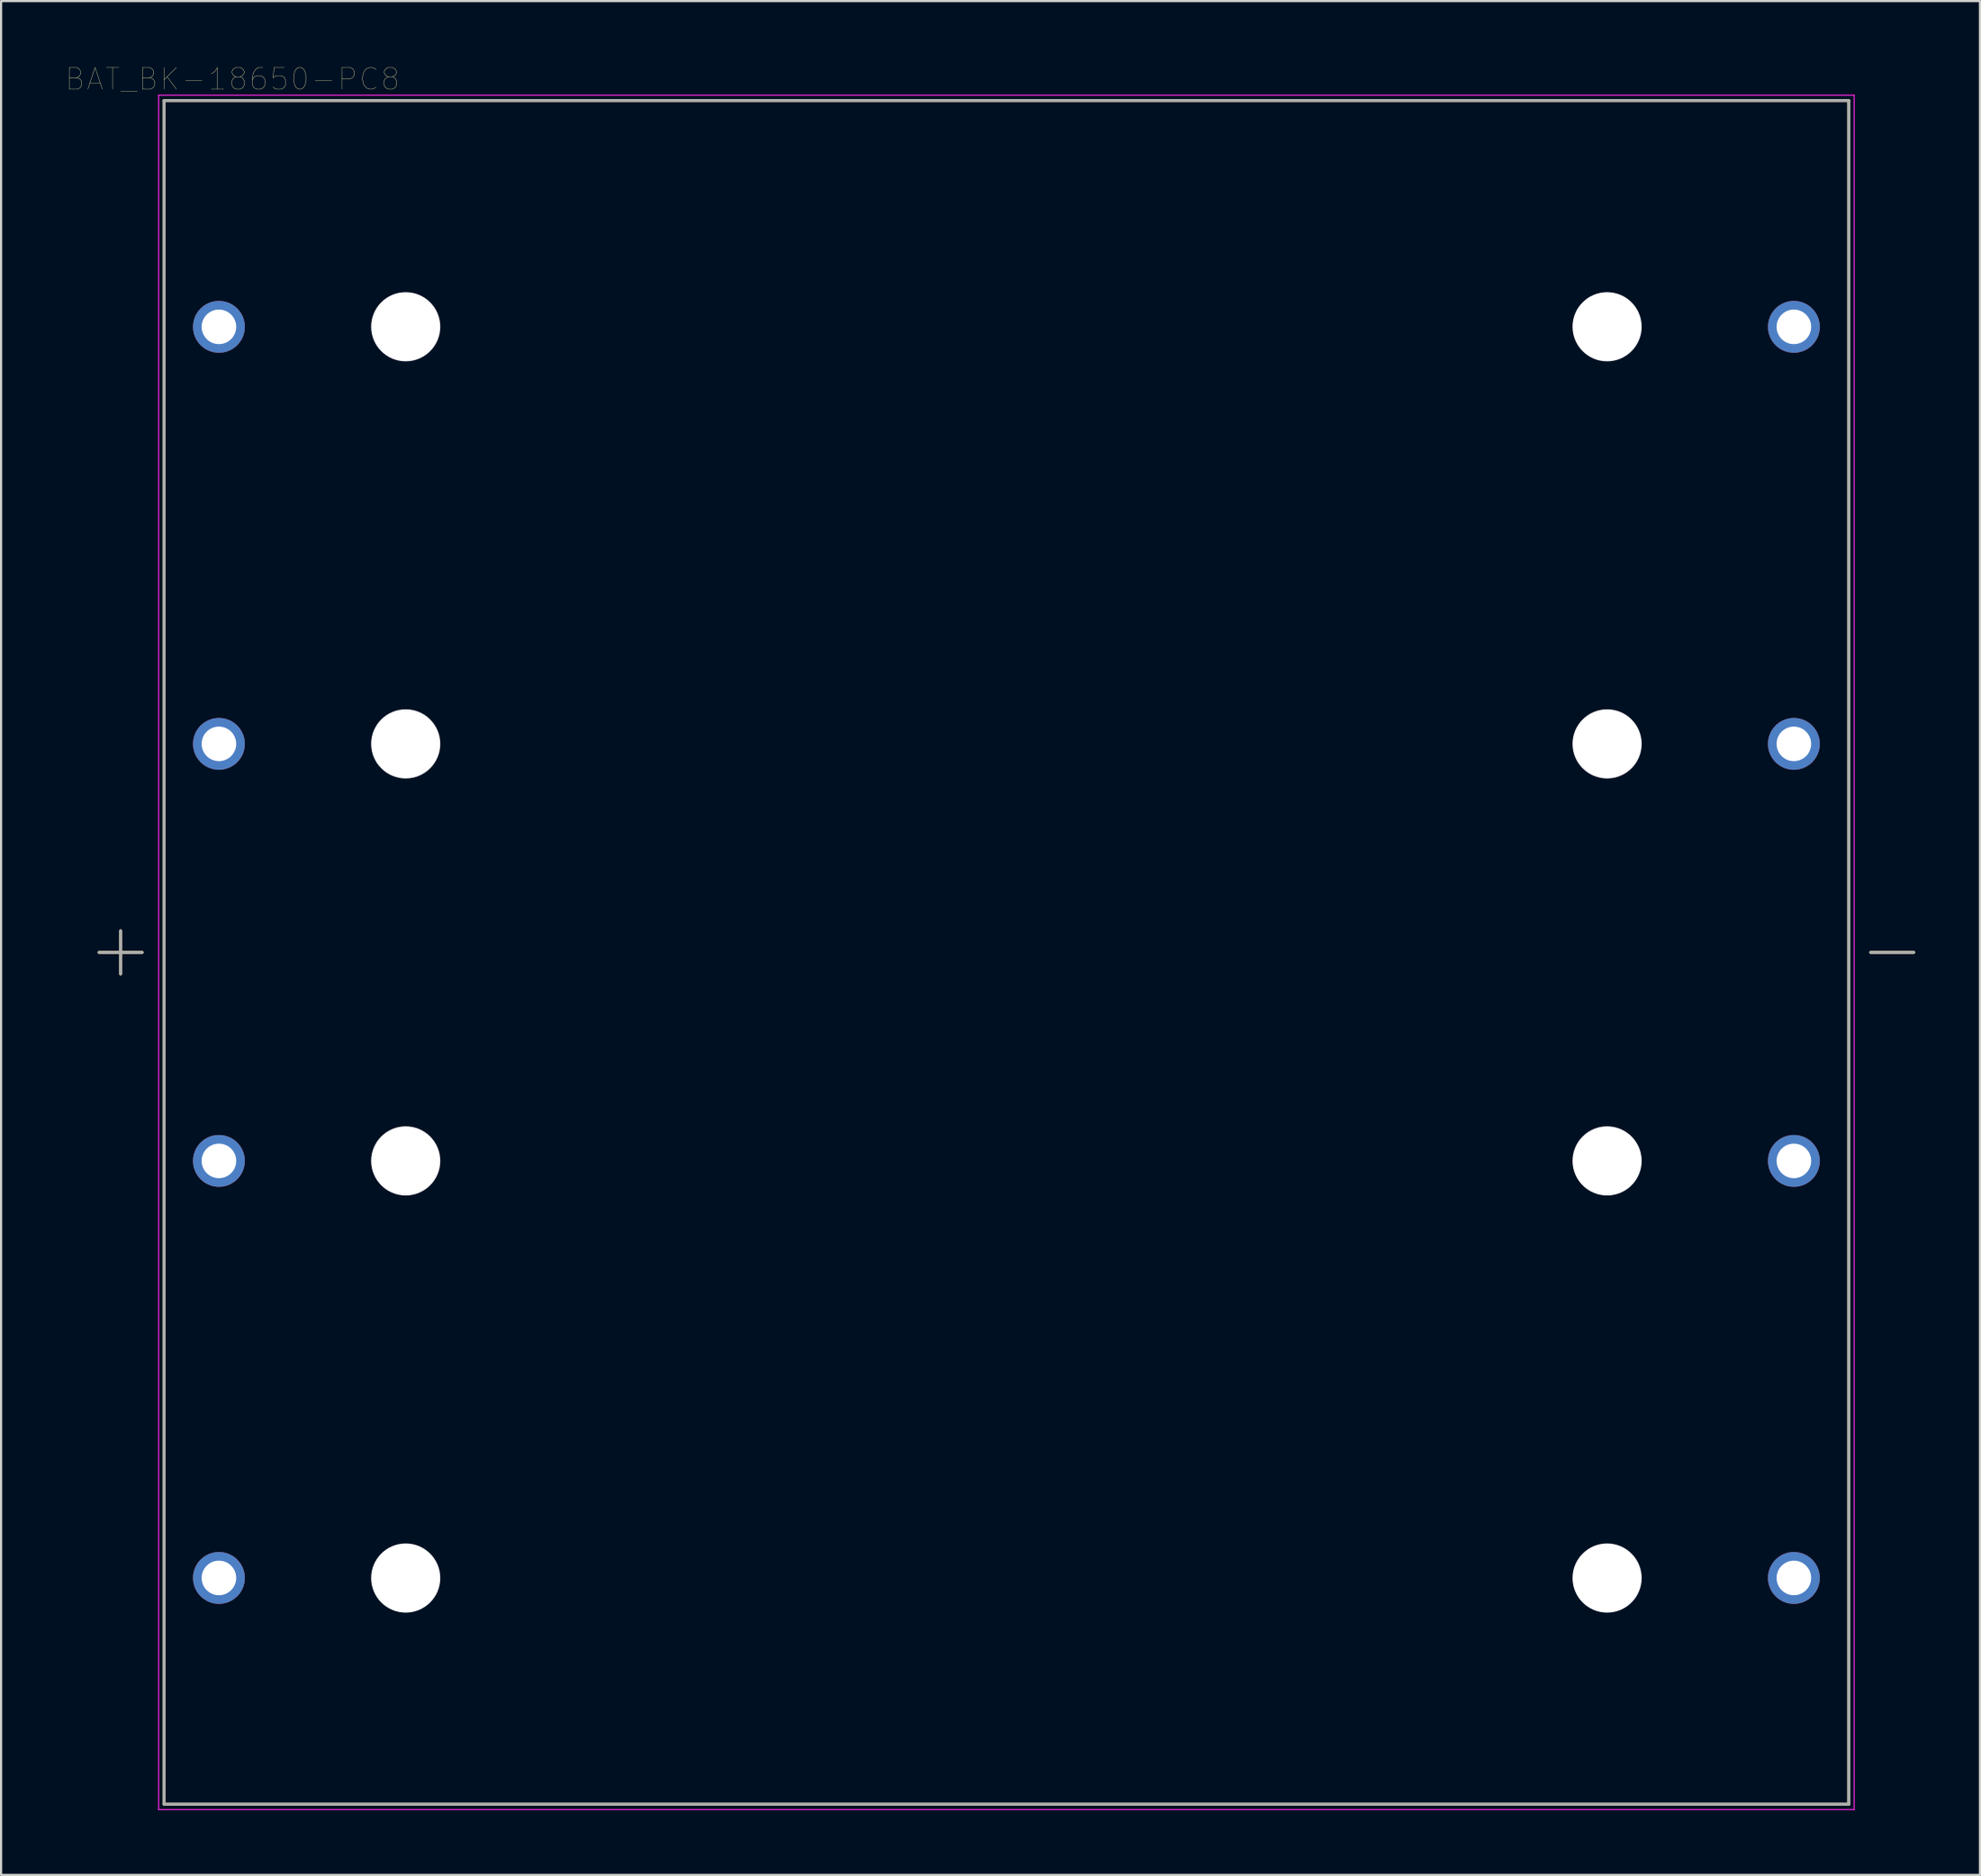
<source format=kicad_pcb>
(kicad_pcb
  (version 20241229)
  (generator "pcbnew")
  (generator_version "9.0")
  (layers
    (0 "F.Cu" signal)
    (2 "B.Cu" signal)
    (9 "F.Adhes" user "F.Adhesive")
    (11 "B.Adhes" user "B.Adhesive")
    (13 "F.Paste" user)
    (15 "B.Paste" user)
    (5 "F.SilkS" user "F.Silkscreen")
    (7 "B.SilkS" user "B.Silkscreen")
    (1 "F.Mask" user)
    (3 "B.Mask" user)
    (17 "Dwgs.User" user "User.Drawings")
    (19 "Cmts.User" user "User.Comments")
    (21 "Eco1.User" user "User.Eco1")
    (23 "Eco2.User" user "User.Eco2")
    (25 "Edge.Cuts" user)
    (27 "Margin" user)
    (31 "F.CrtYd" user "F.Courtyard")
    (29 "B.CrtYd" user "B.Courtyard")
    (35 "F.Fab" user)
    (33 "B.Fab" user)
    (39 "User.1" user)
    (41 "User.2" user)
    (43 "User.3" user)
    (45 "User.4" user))
  (footprint "BAT_BK-18650-PC8"
    (layer "F.Cu")
    (at 43.533 41.026)
    (property "Reference" "BAT_BK-18650-PC8" (at -35.825 -40.415 0) (layer "F.SilkS") (effects (font (size 1 1) (thickness 0.015))))
    (attr through_hole)
    (fp_line (start -42 0) (end -40 0) (stroke (width 0.127) (type solid)) (layer "F.SilkS"))
    (fp_line (start -41 -1) (end -41 1) (stroke (width 0.127) (type solid)) (layer "F.SilkS"))
    (fp_line (start -38.99 -39.42) (end 38.99 -39.42) (stroke (width 0.127) (type solid)) (layer "F.SilkS"))
    (fp_line (start -38.99 39.42) (end -38.99 -39.42) (stroke (width 0.127) (type solid)) (layer "F.SilkS"))
    (fp_line (start 38.99 -39.42) (end 38.99 39.42) (stroke (width 0.127) (type solid)) (layer "F.SilkS"))
    (fp_line (start 38.99 39.42) (end -38.99 39.42) (stroke (width 0.127) (type solid)) (layer "F.SilkS"))
    (fp_line (start 40 0) (end 42 0) (stroke (width 0.127) (type solid)) (layer "F.SilkS"))
    (fp_line (start -39.24 -39.67) (end 39.24 -39.67) (stroke (width 0.05) (type solid)) (layer "F.CrtYd"))
    (fp_line (start -39.24 39.67) (end -39.24 -39.67) (stroke (width 0.05) (type solid)) (layer "F.CrtYd"))
    (fp_line (start 39.24 -39.67) (end 39.24 39.67) (stroke (width 0.05) (type solid)) (layer "F.CrtYd"))
    (fp_line (start 39.24 39.67) (end -39.24 39.67) (stroke (width 0.05) (type solid)) (layer "F.CrtYd"))
    (fp_line (start -42 0) (end -40 0) (stroke (width 0.127) (type solid)) (layer "F.Fab"))
    (fp_line (start -41 -1) (end -41 1) (stroke (width 0.127) (type solid)) (layer "F.Fab"))
    (fp_line (start -38.99 -39.42) (end 38.99 -39.42) (stroke (width 0.127) (type solid)) (layer "F.Fab"))
    (fp_line (start -38.99 39.42) (end -38.99 -39.42) (stroke (width 0.127) (type solid)) (layer "F.Fab"))
    (fp_line (start 38.99 -39.42) (end 38.99 39.42) (stroke (width 0.127) (type solid)) (layer "F.Fab"))
    (fp_line (start 38.99 39.42) (end -38.99 39.42) (stroke (width 0.127) (type solid)) (layer "F.Fab"))
    (fp_line (start 40 0) (end 42 0) (stroke (width 0.127) (type solid)) (layer "F.Fab"))
    (pad "" np_thru_hole circle (at -27.805 -28.955) (size 3.2 3.2) (drill 3.2) (layers "*.Cu" "*.Mask"))
    (pad "" np_thru_hole circle (at -27.805 -9.65) (size 3.2 3.2) (drill 3.2) (layers "*.Cu" "*.Mask"))
    (pad "" np_thru_hole circle (at -27.805 9.65) (size 3.2 3.2) (drill 3.2) (layers "*.Cu" "*.Mask"))
    (pad "" np_thru_hole circle (at -27.805 28.955) (size 3.2 3.2) (drill 3.2) (layers "*.Cu" "*.Mask"))
    (pad "" np_thru_hole circle (at 27.805 -28.955) (size 3.2 3.2) (drill 3.2) (layers "*.Cu" "*.Mask"))
    (pad "" np_thru_hole circle (at 27.805 -9.65) (size 3.2 3.2) (drill 3.2) (layers "*.Cu" "*.Mask"))
    (pad "" np_thru_hole circle (at 27.805 9.65) (size 3.2 3.2) (drill 3.2) (layers "*.Cu" "*.Mask"))
    (pad "" np_thru_hole circle (at 27.805 28.955) (size 3.2 3.2) (drill 3.2) (layers "*.Cu" "*.Mask"))
    (pad "1" thru_hole circle (at 36.45 -28.95) (size 2.4 2.4) (drill 1.6) (layers "*.Cu" "*.Mask"))
    (pad "1+" thru_hole circle (at -36.45 -28.95) (size 2.4 2.4) (drill 1.6) (layers "*.Cu" "*.Mask"))
    (pad "2" thru_hole circle (at 36.45 -9.65) (size 2.4 2.4) (drill 1.6) (layers "*.Cu" "*.Mask"))
    (pad "2+" thru_hole circle (at -36.45 -9.65) (size 2.4 2.4) (drill 1.6) (layers "*.Cu" "*.Mask"))
    (pad "3" thru_hole circle (at 36.45 9.65) (size 2.4 2.4) (drill 1.6) (layers "*.Cu" "*.Mask"))
    (pad "3+" thru_hole circle (at -36.45 9.65) (size 2.4 2.4) (drill 1.6) (layers "*.Cu" "*.Mask"))
    (pad "4" thru_hole circle (at 36.45 28.95) (size 2.4 2.4) (drill 1.6) (layers "*.Cu" "*.Mask"))
    (pad "4+" thru_hole circle (at -36.45 28.95) (size 2.4 2.4) (drill 1.6) (layers "*.Cu" "*.Mask")))
  (gr_rect
    (start -3 -3)
    (end 88.597 83.721)
    (stroke (width 0.1) (type default))
    (fill no)
    (layer "Edge.Cuts")))
</source>
